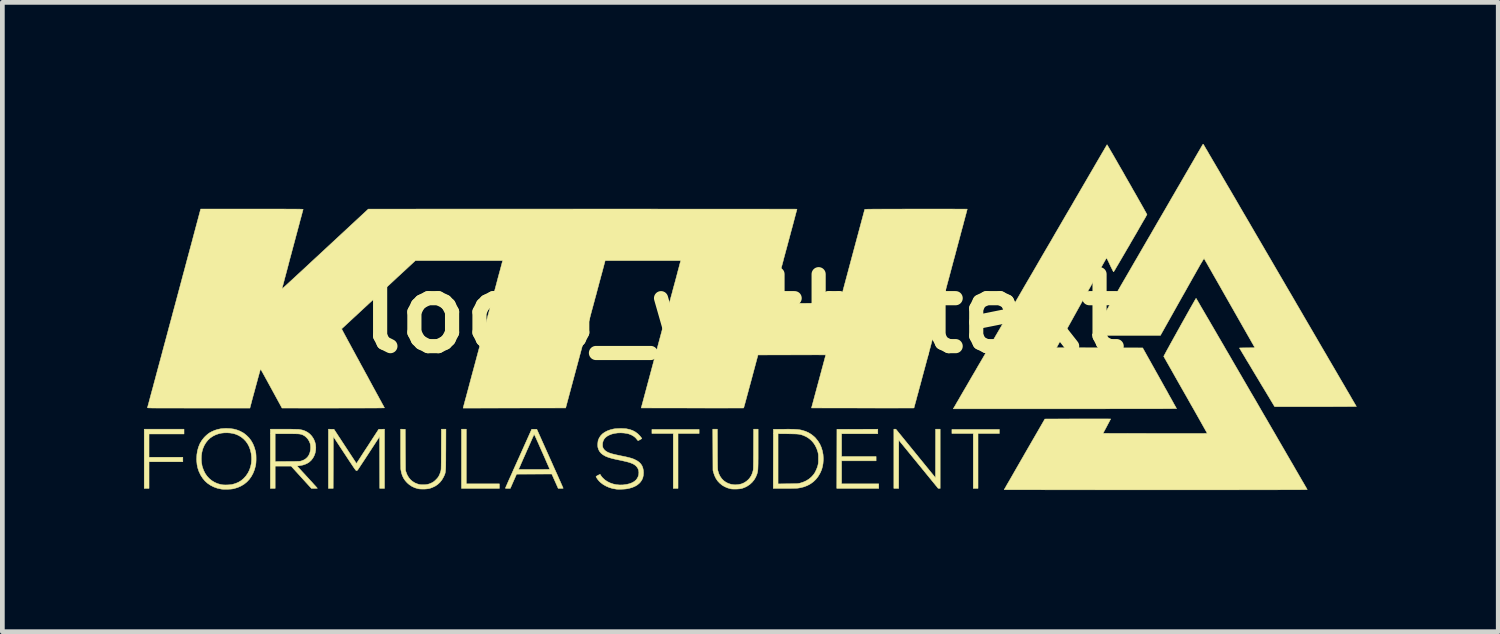
<source format=kicad_pcb>
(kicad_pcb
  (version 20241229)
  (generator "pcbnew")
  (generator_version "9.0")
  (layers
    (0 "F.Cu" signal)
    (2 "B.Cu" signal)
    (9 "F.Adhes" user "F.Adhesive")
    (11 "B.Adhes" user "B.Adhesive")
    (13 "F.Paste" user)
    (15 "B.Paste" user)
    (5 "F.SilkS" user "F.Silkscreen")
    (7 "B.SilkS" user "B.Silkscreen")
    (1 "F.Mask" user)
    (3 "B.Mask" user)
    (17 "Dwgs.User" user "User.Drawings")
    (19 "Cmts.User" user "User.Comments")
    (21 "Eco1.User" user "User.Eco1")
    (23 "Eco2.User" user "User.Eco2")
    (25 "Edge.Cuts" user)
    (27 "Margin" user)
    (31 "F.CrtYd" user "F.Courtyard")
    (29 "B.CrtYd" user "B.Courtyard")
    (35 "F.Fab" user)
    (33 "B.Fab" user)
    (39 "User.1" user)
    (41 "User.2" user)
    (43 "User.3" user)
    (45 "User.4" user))
  (footprint "logo_with_text"
    (layer "F.Cu")
    (at 12.695 3.593)
    (property "Reference" "logo_with_text" (at 0 0 0) (layer "F.SilkS") (effects (font (size 1.524 1.524) (thickness 0.3))))
    (attr through_hole)
    (fp_poly (pts (xy -5.867 3.607) (xy -5.166 3.607) (xy -5.166 3.703) (xy -5.969 3.703) (xy -5.969 2.449) (xy -5.867 2.449) (xy -5.867 3.607)) (stroke (width 0.01) (type solid)) (fill yes) (layer "F.SilkS"))
    (fp_poly (pts (xy -0.935 2.54) (xy -1.382 2.54) (xy -1.382 3.703) (xy -1.483 3.703) (xy -1.483 2.54) (xy -1.935 2.54) (xy -1.935 2.454) (xy -0.935 2.454) (xy -0.935 2.54)) (stroke (width 0.01) (type solid)) (fill yes) (layer "F.SilkS"))
    (fp_poly (pts (xy 5.425 2.54) (xy 4.973 2.54) (xy 4.973 3.703) (xy 4.872 3.703) (xy 4.872 2.54) (xy 4.42 2.54) (xy 4.42 2.454) (xy 5.425 2.454) (xy 5.425 2.54)) (stroke (width 0.01) (type solid)) (fill yes) (layer "F.SilkS"))
    (fp_poly (pts (xy -11.847 2.55) (xy -12.588 2.55) (xy -12.588 3.043) (xy -11.872 3.043) (xy -11.872 3.139) (xy -12.588 3.139) (xy -12.588 3.703) (xy -12.69 3.703) (xy -12.69 2.449) (xy -11.847 2.449) (xy -11.847 2.55)) (stroke (width 0.01) (type solid)) (fill yes) (layer "F.SilkS"))
    (fp_poly (pts (xy 2.85 2.545) (xy 2.083 2.545) (xy 2.083 3.028) (xy 2.814 3.028) (xy 2.814 3.119) (xy 2.083 3.119) (xy 2.083 3.607) (xy 2.87 3.607) (xy 2.87 3.703) (xy 1.981 3.703) (xy 1.984 2.451) (xy 2.85 2.449) (xy 2.85 2.545)) (stroke (width 0.01) (type solid)) (fill yes) (layer "F.SilkS"))
    (fp_poly (pts (xy 4.171 3.704) (xy 4.149 3.702) (xy 4.128 3.701) (xy 3.711 3.19) (xy 3.294 2.68) (xy 3.293 3.192) (xy 3.292 3.703) (xy 3.19 3.703) (xy 3.19 2.449) (xy 3.233 2.449) (xy 4.072 3.479) (xy 4.074 2.449) (xy 4.171 2.449) (xy 4.171 3.704)) (stroke (width 0.01) (type solid)) (fill yes) (layer "F.SilkS"))
    (fp_poly (pts (xy -8.729 2.45) (xy -8.67 2.451) (xy -8.432 2.814) (xy -8.194 3.176) (xy -8.133 3.083) (xy -8.119 3.061) (xy -8.101 3.033) (xy -8.078 2.997) (xy -8.052 2.957) (xy -8.023 2.912) (xy -7.992 2.865) (xy -7.959 2.815) (xy -7.926 2.764) (xy -7.898 2.72) (xy -7.723 2.451) (xy -7.661 2.45) (xy -7.6 2.448) (xy -7.6 3.703) (xy -7.701 3.703) (xy -7.703 3.154) (xy -7.704 2.604) (xy -7.929 2.949) (xy -7.964 3.003) (xy -7.998 3.055) (xy -8.03 3.104) (xy -8.06 3.149) (xy -8.087 3.19) (xy -8.111 3.226) (xy -8.131 3.257) (xy -8.147 3.281) (xy -8.159 3.299) (xy -8.166 3.309) (xy -8.167 3.311) (xy -8.179 3.323) (xy -8.193 3.327) (xy -8.194 3.327) (xy -8.196 3.327) (xy -8.2 3.325) (xy -8.204 3.322) (xy -8.209 3.316) (xy -8.216 3.308) (xy -8.225 3.296) (xy -8.236 3.281) (xy -8.25 3.261) (xy -8.267 3.236) (xy -8.287 3.206) (xy -8.311 3.17) (xy -8.34 3.127) (xy -8.372 3.078) (xy -8.41 3.02) (xy -8.446 2.966) (xy -8.684 2.604) (xy -8.687 3.703) (xy -8.788 3.703) (xy -8.788 2.448) (xy -8.729 2.45)) (stroke (width 0.01) (type solid)) (fill yes) (layer "F.SilkS"))
    (fp_poly (pts (xy -0.547 2.871) (xy -0.547 2.948) (xy -0.547 3.014) (xy -0.546 3.072) (xy -0.546 3.122) (xy -0.545 3.165) (xy -0.545 3.201) (xy -0.544 3.231) (xy -0.544 3.255) (xy -0.543 3.275) (xy -0.542 3.292) (xy -0.541 3.305) (xy -0.54 3.315) (xy -0.538 3.324) (xy -0.537 3.332) (xy -0.536 3.332) (xy -0.517 3.394) (xy -0.49 3.449) (xy -0.456 3.497) (xy -0.415 3.539) (xy -0.367 3.573) (xy -0.315 3.599) (xy -0.257 3.617) (xy -0.195 3.626) (xy -0.165 3.627) (xy -0.102 3.622) (xy -0.042 3.609) (xy 0.014 3.586) (xy 0.064 3.555) (xy 0.109 3.515) (xy 0.11 3.515) (xy 0.142 3.476) (xy 0.168 3.436) (xy 0.188 3.391) (xy 0.204 3.341) (xy 0.206 3.333) (xy 0.208 3.326) (xy 0.21 3.317) (xy 0.211 3.308) (xy 0.212 3.296) (xy 0.213 3.282) (xy 0.214 3.264) (xy 0.214 3.242) (xy 0.215 3.215) (xy 0.215 3.182) (xy 0.216 3.144) (xy 0.216 3.098) (xy 0.216 3.044) (xy 0.217 2.982) (xy 0.217 2.911) (xy 0.217 2.874) (xy 0.219 2.449) (xy 0.315 2.449) (xy 0.315 2.864) (xy 0.315 2.943) (xy 0.315 3.013) (xy 0.315 3.074) (xy 0.314 3.126) (xy 0.314 3.172) (xy 0.313 3.211) (xy 0.312 3.244) (xy 0.311 3.272) (xy 0.31 3.296) (xy 0.308 3.317) (xy 0.306 3.334) (xy 0.303 3.35) (xy 0.3 3.364) (xy 0.297 3.377) (xy 0.293 3.39) (xy 0.289 3.404) (xy 0.263 3.466) (xy 0.229 3.523) (xy 0.187 3.574) (xy 0.138 3.619) (xy 0.081 3.657) (xy 0.05 3.673) (xy 0.015 3.688) (xy -0.017 3.7) (xy -0.05 3.708) (xy -0.086 3.713) (xy -0.127 3.716) (xy -0.155 3.717) (xy -0.196 3.717) (xy -0.228 3.716) (xy -0.253 3.714) (xy -0.269 3.711) (xy -0.335 3.692) (xy -0.395 3.666) (xy -0.45 3.633) (xy -0.5 3.591) (xy -0.502 3.589) (xy -0.544 3.544) (xy -0.578 3.493) (xy -0.606 3.436) (xy -0.628 3.372) (xy -0.629 3.369) (xy -0.642 3.32) (xy -0.644 2.884) (xy -0.646 2.449) (xy -0.549 2.449) (xy -0.547 2.871)) (stroke (width 0.01) (type solid)) (fill yes) (layer "F.SilkS"))
    (fp_poly (pts (xy -9.677 2.449) (xy -9.622 2.449) (xy -9.572 2.449) (xy -9.526 2.45) (xy -9.486 2.451) (xy -9.452 2.452) (xy -9.427 2.452) (xy -9.411 2.453) (xy -9.408 2.454) (xy -9.343 2.466) (xy -9.283 2.487) (xy -9.229 2.515) (xy -9.181 2.552) (xy -9.14 2.596) (xy -9.106 2.647) (xy -9.097 2.664) (xy -9.074 2.72) (xy -9.06 2.778) (xy -9.055 2.837) (xy -9.058 2.896) (xy -9.069 2.953) (xy -9.088 3.007) (xy -9.115 3.058) (xy -9.149 3.103) (xy -9.157 3.111) (xy -9.193 3.144) (xy -9.233 3.17) (xy -9.278 3.191) (xy -9.328 3.208) (xy -9.386 3.219) (xy -9.422 3.225) (xy -9.454 3.228) (xy -9.238 3.462) (xy -9.2 3.503) (xy -9.165 3.542) (xy -9.131 3.578) (xy -9.102 3.611) (xy -9.076 3.639) (xy -9.054 3.663) (xy -9.038 3.681) (xy -9.027 3.694) (xy -9.022 3.699) (xy -9.022 3.7) (xy -9.027 3.701) (xy -9.04 3.702) (xy -9.059 3.703) (xy -9.083 3.703) (xy -9.085 3.703) (xy -9.148 3.703) (xy -9.578 3.231) (xy -9.916 3.231) (xy -9.916 3.703) (xy -10.018 3.703) (xy -10.018 3.135) (xy -9.916 3.135) (xy -9.656 3.133) (xy -9.596 3.133) (xy -9.546 3.132) (xy -9.505 3.132) (xy -9.47 3.131) (xy -9.443 3.13) (xy -9.421 3.13) (xy -9.403 3.129) (xy -9.39 3.127) (xy -9.379 3.126) (xy -9.371 3.124) (xy -9.366 3.123) (xy -9.314 3.103) (xy -9.27 3.077) (xy -9.234 3.044) (xy -9.205 3.004) (xy -9.184 2.957) (xy -9.172 2.911) (xy -9.167 2.876) (xy -9.165 2.837) (xy -9.167 2.799) (xy -9.172 2.764) (xy -9.177 2.747) (xy -9.195 2.703) (xy -9.221 2.661) (xy -9.252 2.625) (xy -9.287 2.595) (xy -9.317 2.577) (xy -9.331 2.57) (xy -9.344 2.564) (xy -9.357 2.56) (xy -9.371 2.556) (xy -9.387 2.553) (xy -9.406 2.55) (xy -9.428 2.548) (xy -9.456 2.547) (xy -9.489 2.546) (xy -9.529 2.546) (xy -9.576 2.545) (xy -9.632 2.545) (xy -9.666 2.545) (xy -9.916 2.545) (xy -9.916 3.135) (xy -10.018 3.135) (xy -10.018 2.449) (xy -9.734 2.449) (xy -9.677 2.449)) (stroke (width 0.01) (type solid)) (fill yes) (layer "F.SilkS"))
    (fp_poly (pts (xy -7.16 2.451) (xy -7.158 2.885) (xy -7.155 3.32) (xy -7.143 3.358) (xy -7.12 3.417) (xy -7.089 3.47) (xy -7.051 3.517) (xy -7.007 3.555) (xy -6.955 3.587) (xy -6.898 3.61) (xy -6.861 3.62) (xy -6.837 3.624) (xy -6.812 3.626) (xy -6.783 3.626) (xy -6.762 3.626) (xy -6.721 3.623) (xy -6.686 3.617) (xy -6.653 3.608) (xy -6.62 3.595) (xy -6.599 3.585) (xy -6.577 3.574) (xy -6.558 3.561) (xy -6.539 3.546) (xy -6.517 3.526) (xy -6.51 3.518) (xy -6.487 3.495) (xy -6.471 3.476) (xy -6.458 3.458) (xy -6.447 3.438) (xy -6.442 3.429) (xy -6.431 3.404) (xy -6.42 3.376) (xy -6.411 3.35) (xy -6.41 3.345) (xy -6.408 3.338) (xy -6.406 3.331) (xy -6.405 3.323) (xy -6.403 3.314) (xy -6.402 3.303) (xy -6.401 3.29) (xy -6.4 3.273) (xy -6.4 3.252) (xy -6.399 3.226) (xy -6.399 3.195) (xy -6.398 3.158) (xy -6.398 3.114) (xy -6.398 3.062) (xy -6.397 3.002) (xy -6.397 2.933) (xy -6.397 2.877) (xy -6.395 2.449) (xy -6.299 2.449) (xy -6.3 2.887) (xy -6.301 2.967) (xy -6.301 3.038) (xy -6.301 3.1) (xy -6.302 3.153) (xy -6.302 3.2) (xy -6.303 3.24) (xy -6.304 3.275) (xy -6.306 3.304) (xy -6.308 3.329) (xy -6.31 3.35) (xy -6.313 3.368) (xy -6.317 3.384) (xy -6.321 3.398) (xy -6.326 3.411) (xy -6.332 3.425) (xy -6.338 3.439) (xy -6.346 3.454) (xy -6.352 3.467) (xy -6.386 3.525) (xy -6.427 3.576) (xy -6.474 3.619) (xy -6.529 3.656) (xy -6.591 3.685) (xy -6.645 3.704) (xy -6.674 3.71) (xy -6.71 3.714) (xy -6.75 3.717) (xy -6.792 3.717) (xy -6.833 3.716) (xy -6.869 3.713) (xy -6.893 3.708) (xy -6.958 3.689) (xy -7.018 3.661) (xy -7.073 3.625) (xy -7.12 3.584) (xy -7.162 3.537) (xy -7.196 3.486) (xy -7.222 3.432) (xy -7.241 3.372) (xy -7.254 3.305) (xy -7.254 3.302) (xy -7.255 3.29) (xy -7.256 3.27) (xy -7.256 3.24) (xy -7.257 3.203) (xy -7.258 3.159) (xy -7.258 3.109) (xy -7.259 3.054) (xy -7.259 2.994) (xy -7.259 2.93) (xy -7.259 2.863) (xy -7.259 2.856) (xy -7.259 2.448) (xy -7.16 2.451)) (stroke (width 0.01) (type solid)) (fill yes) (layer "F.SilkS"))
    (fp_poly (pts (xy 0.98 2.449) (xy 1.031 2.45) (xy 1.074 2.451) (xy 1.112 2.453) (xy 1.145 2.455) (xy 1.174 2.459) (xy 1.201 2.462) (xy 1.225 2.467) (xy 1.245 2.472) (xy 1.318 2.494) (xy 1.383 2.523) (xy 1.443 2.56) (xy 1.498 2.604) (xy 1.533 2.639) (xy 1.581 2.699) (xy 1.622 2.764) (xy 1.653 2.834) (xy 1.676 2.909) (xy 1.691 2.988) (xy 1.696 3.07) (xy 1.695 3.106) (xy 1.69 3.174) (xy 1.679 3.236) (xy 1.663 3.296) (xy 1.639 3.355) (xy 1.622 3.389) (xy 1.583 3.454) (xy 1.537 3.512) (xy 1.484 3.563) (xy 1.424 3.606) (xy 1.358 3.642) (xy 1.286 3.67) (xy 1.209 3.689) (xy 1.156 3.698) (xy 1.139 3.699) (xy 1.114 3.7) (xy 1.08 3.701) (xy 1.04 3.702) (xy 0.992 3.703) (xy 0.94 3.703) (xy 0.884 3.703) (xy 0.872 3.703) (xy 0.635 3.703) (xy 0.635 3.608) (xy 0.737 3.608) (xy 0.946 3.605) (xy 0.999 3.605) (xy 1.042 3.604) (xy 1.078 3.603) (xy 1.107 3.603) (xy 1.13 3.602) (xy 1.149 3.601) (xy 1.164 3.599) (xy 1.177 3.597) (xy 1.189 3.595) (xy 1.199 3.593) (xy 1.268 3.571) (xy 1.333 3.542) (xy 1.392 3.505) (xy 1.444 3.461) (xy 1.489 3.411) (xy 1.503 3.391) (xy 1.521 3.363) (xy 1.538 3.328) (xy 1.555 3.29) (xy 1.57 3.251) (xy 1.579 3.222) (xy 1.583 3.204) (xy 1.587 3.187) (xy 1.589 3.171) (xy 1.591 3.152) (xy 1.592 3.13) (xy 1.592 3.1) (xy 1.592 3.076) (xy 1.592 3.041) (xy 1.592 3.013) (xy 1.591 2.992) (xy 1.589 2.974) (xy 1.586 2.958) (xy 1.582 2.941) (xy 1.581 2.934) (xy 1.557 2.862) (xy 1.526 2.797) (xy 1.488 2.739) (xy 1.443 2.688) (xy 1.391 2.644) (xy 1.334 2.608) (xy 1.27 2.579) (xy 1.262 2.577) (xy 1.243 2.57) (xy 1.225 2.565) (xy 1.207 2.56) (xy 1.189 2.557) (xy 1.17 2.554) (xy 1.147 2.552) (xy 1.12 2.55) (xy 1.088 2.549) (xy 1.049 2.548) (xy 1.002 2.547) (xy 0.947 2.546) (xy 0.946 2.546) (xy 0.737 2.544) (xy 0.737 3.608) (xy 0.635 3.608) (xy 0.638 2.451) (xy 0.853 2.45) (xy 0.921 2.449) (xy 0.98 2.449)) (stroke (width 0.01) (type solid)) (fill yes) (layer "F.SilkS"))
    (fp_poly (pts (xy -4.094 3.073) (xy -4.06 3.148) (xy -4.028 3.221) (xy -3.997 3.29) (xy -3.967 3.356) (xy -3.939 3.418) (xy -3.914 3.475) (xy -3.891 3.527) (xy -3.87 3.573) (xy -3.853 3.613) (xy -3.838 3.646) (xy -3.827 3.671) (xy -3.819 3.689) (xy -3.815 3.698) (xy -3.815 3.699) (xy -3.82 3.701) (xy -3.833 3.702) (xy -3.851 3.703) (xy -3.867 3.703) (xy -3.92 3.703) (xy -3.988 3.551) (xy -4.056 3.398) (xy -4.802 3.401) (xy -4.869 3.552) (xy -4.935 3.703) (xy -4.987 3.703) (xy -5.012 3.703) (xy -5.029 3.702) (xy -5.037 3.7) (xy -5.039 3.697) (xy -5.037 3.692) (xy -5.031 3.678) (xy -5.021 3.655) (xy -5.008 3.626) (xy -4.992 3.589) (xy -4.973 3.545) (xy -4.951 3.496) (xy -4.926 3.441) (xy -4.899 3.381) (xy -4.871 3.317) (xy -4.864 3.302) (xy -4.76 3.302) (xy -4.429 3.302) (xy -4.362 3.302) (xy -4.304 3.302) (xy -4.255 3.302) (xy -4.214 3.301) (xy -4.18 3.301) (xy -4.154 3.301) (xy -4.133 3.3) (xy -4.118 3.299) (xy -4.108 3.298) (xy -4.103 3.297) (xy -4.1 3.296) (xy -4.1 3.295) (xy -4.103 3.29) (xy -4.109 3.275) (xy -4.118 3.253) (xy -4.131 3.224) (xy -4.147 3.188) (xy -4.165 3.147) (xy -4.185 3.101) (xy -4.207 3.05) (xy -4.231 2.996) (xy -4.256 2.939) (xy -4.265 2.92) (xy -4.295 2.852) (xy -4.321 2.793) (xy -4.343 2.742) (xy -4.363 2.699) (xy -4.379 2.663) (xy -4.392 2.633) (xy -4.403 2.61) (xy -4.412 2.592) (xy -4.419 2.578) (xy -4.424 2.569) (xy -4.428 2.564) (xy -4.431 2.561) (xy -4.433 2.562) (xy -4.433 2.562) (xy -4.436 2.568) (xy -4.442 2.582) (xy -4.452 2.604) (xy -4.465 2.633) (xy -4.48 2.667) (xy -4.497 2.706) (xy -4.516 2.749) (xy -4.537 2.796) (xy -4.558 2.844) (xy -4.581 2.894) (xy -4.603 2.945) (xy -4.625 2.995) (xy -4.647 3.044) (xy -4.668 3.091) (xy -4.687 3.135) (xy -4.705 3.175) (xy -4.72 3.211) (xy -4.733 3.241) (xy -4.744 3.264) (xy -4.751 3.28) (xy -4.753 3.285) (xy -4.76 3.302) (xy -4.864 3.302) (xy -4.84 3.248) (xy -4.808 3.177) (xy -4.775 3.103) (xy -4.76 3.071) (xy -4.482 2.451) (xy -4.373 2.451) (xy -4.094 3.073)) (stroke (width 0.01) (type solid)) (fill yes) (layer "F.SilkS"))
    (fp_poly (pts (xy -10.868 2.436) (xy -10.793 2.446) (xy -10.724 2.465) (xy -10.658 2.491) (xy -10.596 2.525) (xy -10.582 2.533) (xy -10.524 2.579) (xy -10.471 2.631) (xy -10.426 2.691) (xy -10.388 2.757) (xy -10.358 2.83) (xy -10.335 2.909) (xy -10.329 2.934) (xy -10.324 2.968) (xy -10.321 3.01) (xy -10.32 3.056) (xy -10.32 3.103) (xy -10.322 3.149) (xy -10.326 3.19) (xy -10.332 3.224) (xy -10.354 3.306) (xy -10.384 3.382) (xy -10.421 3.45) (xy -10.465 3.512) (xy -10.516 3.566) (xy -10.574 3.613) (xy -10.639 3.652) (xy -10.71 3.684) (xy -10.788 3.707) (xy -10.795 3.709) (xy -10.822 3.714) (xy -10.856 3.718) (xy -10.895 3.72) (xy -10.936 3.722) (xy -10.976 3.722) (xy -11.014 3.721) (xy -11.047 3.719) (xy -11.064 3.716) (xy -11.145 3.698) (xy -11.219 3.671) (xy -11.287 3.636) (xy -11.349 3.594) (xy -11.404 3.544) (xy -11.452 3.486) (xy -11.494 3.421) (xy -11.501 3.407) (xy -11.533 3.339) (xy -11.556 3.27) (xy -11.571 3.198) (xy -11.578 3.122) (xy -11.579 3.082) (xy -11.481 3.082) (xy -11.476 3.155) (xy -11.464 3.226) (xy -11.457 3.251) (xy -11.432 3.321) (xy -11.4 3.385) (xy -11.36 3.443) (xy -11.313 3.494) (xy -11.259 3.538) (xy -11.2 3.574) (xy -11.136 3.602) (xy -11.067 3.621) (xy -11.031 3.627) (xy -11.002 3.629) (xy -10.966 3.63) (xy -10.927 3.629) (xy -10.888 3.627) (xy -10.853 3.624) (xy -10.829 3.62) (xy -10.758 3.6) (xy -10.694 3.573) (xy -10.636 3.538) (xy -10.584 3.494) (xy -10.535 3.44) (xy -10.494 3.38) (xy -10.461 3.315) (xy -10.437 3.245) (xy -10.421 3.171) (xy -10.415 3.094) (xy -10.416 3.043) (xy -10.424 2.965) (xy -10.441 2.892) (xy -10.465 2.824) (xy -10.497 2.762) (xy -10.537 2.705) (xy -10.584 2.656) (xy -10.637 2.613) (xy -10.697 2.578) (xy -10.761 2.552) (xy -10.813 2.538) (xy -10.871 2.529) (xy -10.932 2.525) (xy -10.994 2.526) (xy -11.053 2.532) (xy -11.102 2.542) (xy -11.171 2.565) (xy -11.234 2.596) (xy -11.291 2.634) (xy -11.34 2.68) (xy -11.383 2.734) (xy -11.419 2.794) (xy -11.448 2.862) (xy -11.45 2.869) (xy -11.468 2.936) (xy -11.478 3.008) (xy -11.481 3.082) (xy -11.579 3.082) (xy -11.579 3.076) (xy -11.575 2.989) (xy -11.562 2.907) (xy -11.541 2.831) (xy -11.512 2.759) (xy -11.474 2.694) (xy -11.429 2.635) (xy -11.401 2.605) (xy -11.368 2.574) (xy -11.338 2.549) (xy -11.307 2.527) (xy -11.273 2.508) (xy -11.262 2.502) (xy -11.199 2.474) (xy -11.133 2.453) (xy -11.064 2.439) (xy -10.989 2.433) (xy -10.95 2.432) (xy -10.868 2.436)) (stroke (width 0.01) (type solid)) (fill yes) (layer "F.SilkS"))
    (fp_poly (pts (xy -2.531 2.436) (xy -2.495 2.438) (xy -2.476 2.44) (xy -2.406 2.455) (xy -2.343 2.477) (xy -2.287 2.507) (xy -2.236 2.545) (xy -2.19 2.591) (xy -2.159 2.63) (xy -2.153 2.641) (xy -2.149 2.648) (xy -2.15 2.649) (xy -2.159 2.654) (xy -2.173 2.663) (xy -2.189 2.672) (xy -2.206 2.681) (xy -2.219 2.688) (xy -2.227 2.692) (xy -2.228 2.692) (xy -2.233 2.688) (xy -2.242 2.678) (xy -2.253 2.664) (xy -2.253 2.664) (xy -2.284 2.628) (xy -2.323 2.597) (xy -2.369 2.571) (xy -2.419 2.551) (xy -2.459 2.54) (xy -2.526 2.53) (xy -2.593 2.526) (xy -2.66 2.528) (xy -2.724 2.537) (xy -2.783 2.551) (xy -2.837 2.572) (xy -2.879 2.594) (xy -2.917 2.623) (xy -2.947 2.657) (xy -2.967 2.696) (xy -2.979 2.739) (xy -2.981 2.764) (xy -2.981 2.801) (xy -2.976 2.831) (xy -2.965 2.856) (xy -2.947 2.88) (xy -2.942 2.886) (xy -2.926 2.902) (xy -2.907 2.916) (xy -2.886 2.929) (xy -2.862 2.942) (xy -2.833 2.953) (xy -2.798 2.965) (xy -2.758 2.976) (xy -2.709 2.988) (xy -2.653 3) (xy -2.593 3.013) (xy -2.537 3.024) (xy -2.49 3.034) (xy -2.45 3.043) (xy -2.416 3.052) (xy -2.386 3.06) (xy -2.361 3.067) (xy -2.338 3.076) (xy -2.315 3.084) (xy -2.306 3.089) (xy -2.252 3.116) (xy -2.208 3.147) (xy -2.172 3.183) (xy -2.145 3.224) (xy -2.127 3.27) (xy -2.116 3.322) (xy -2.113 3.371) (xy -2.117 3.427) (xy -2.128 3.477) (xy -2.147 3.522) (xy -2.174 3.563) (xy -2.202 3.594) (xy -2.244 3.629) (xy -2.295 3.659) (xy -2.354 3.684) (xy -2.421 3.703) (xy -2.461 3.711) (xy -2.491 3.715) (xy -2.528 3.718) (xy -2.568 3.72) (xy -2.609 3.721) (xy -2.647 3.721) (xy -2.679 3.72) (xy -2.693 3.718) (xy -2.768 3.705) (xy -2.839 3.684) (xy -2.906 3.655) (xy -2.966 3.621) (xy -3.02 3.58) (xy -3.052 3.55) (xy -3.066 3.533) (xy -3.081 3.515) (xy -3.095 3.495) (xy -3.107 3.477) (xy -3.115 3.462) (xy -3.119 3.453) (xy -3.119 3.452) (xy -3.115 3.448) (xy -3.103 3.44) (xy -3.087 3.431) (xy -3.076 3.425) (xy -3.033 3.404) (xy -3.02 3.427) (xy -3.01 3.441) (xy -2.996 3.46) (xy -2.98 3.478) (xy -2.978 3.48) (xy -2.933 3.522) (xy -2.88 3.558) (xy -2.821 3.587) (xy -2.757 3.609) (xy -2.689 3.624) (xy -2.619 3.63) (xy -2.547 3.629) (xy -2.54 3.628) (xy -2.469 3.618) (xy -2.407 3.603) (xy -2.353 3.582) (xy -2.308 3.556) (xy -2.272 3.525) (xy -2.244 3.488) (xy -2.224 3.445) (xy -2.214 3.406) (xy -2.212 3.359) (xy -2.218 3.316) (xy -2.234 3.277) (xy -2.259 3.241) (xy -2.273 3.227) (xy -2.293 3.21) (xy -2.315 3.195) (xy -2.34 3.181) (xy -2.37 3.169) (xy -2.404 3.156) (xy -2.445 3.144) (xy -2.493 3.132) (xy -2.549 3.119) (xy -2.613 3.105) (xy -2.618 3.104) (xy -2.677 3.092) (xy -2.727 3.081) (xy -2.769 3.071) (xy -2.805 3.061) (xy -2.837 3.052) (xy -2.864 3.043) (xy -2.889 3.033) (xy -2.913 3.023) (xy -2.924 3.018) (xy -2.972 2.99) (xy -3.012 2.958) (xy -3.043 2.921) (xy -3.065 2.88) (xy -3.079 2.836) (xy -3.082 2.813) (xy -3.083 2.783) (xy -3.082 2.751) (xy -3.079 2.72) (xy -3.075 2.693) (xy -3.072 2.682) (xy -3.051 2.633) (xy -3.022 2.589) (xy -2.985 2.55) (xy -2.939 2.516) (xy -2.885 2.487) (xy -2.821 2.463) (xy -2.756 2.446) (xy -2.729 2.441) (xy -2.695 2.438) (xy -2.655 2.436) (xy -2.613 2.434) (xy -2.571 2.434) (xy -2.531 2.436)) (stroke (width 0.01) (type solid)) (fill yes) (layer "F.SilkS"))
    (fp_poly (pts (xy 7.709 -3.574) (xy 7.716 -3.562) (xy 7.728 -3.542) (xy 7.744 -3.515) (xy 7.764 -3.481) (xy 7.787 -3.441) (xy 7.814 -3.396) (xy 7.843 -3.346) (xy 7.874 -3.291) (xy 7.908 -3.233) (xy 7.943 -3.171) (xy 7.98 -3.107) (xy 8.019 -3.04) (xy 8.058 -2.972) (xy 8.097 -2.902) (xy 8.137 -2.832) (xy 8.177 -2.763) (xy 8.217 -2.693) (xy 8.255 -2.625) (xy 8.293 -2.559) (xy 8.33 -2.495) (xy 8.364 -2.434) (xy 8.397 -2.376) (xy 8.428 -2.322) (xy 8.456 -2.272) (xy 8.481 -2.228) (xy 8.502 -2.189) (xy 8.521 -2.156) (xy 8.535 -2.13) (xy 8.545 -2.112) (xy 8.551 -2.101) (xy 8.552 -2.098) (xy 8.549 -2.093) (xy 8.542 -2.08) (xy 8.53 -2.059) (xy 8.515 -2.031) (xy 8.495 -1.997) (xy 8.472 -1.958) (xy 8.446 -1.913) (xy 8.418 -1.864) (xy 8.387 -1.811) (xy 8.355 -1.754) (xy 8.321 -1.695) (xy 8.285 -1.634) (xy 8.249 -1.572) (xy 8.212 -1.509) (xy 8.176 -1.445) (xy 8.139 -1.383) (xy 8.103 -1.321) (xy 8.068 -1.261) (xy 8.034 -1.203) (xy 8.002 -1.148) (xy 7.972 -1.097) (xy 7.944 -1.049) (xy 7.919 -1.007) (xy 7.897 -0.97) (xy 7.879 -0.938) (xy 7.864 -0.914) (xy 7.854 -0.897) (xy 7.848 -0.887) (xy 7.847 -0.885) (xy 7.844 -0.886) (xy 7.839 -0.892) (xy 7.832 -0.904) (xy 7.822 -0.923) (xy 7.809 -0.949) (xy 7.792 -0.983) (xy 7.772 -1.025) (xy 7.77 -1.029) (xy 7.753 -1.066) (xy 7.737 -1.099) (xy 7.723 -1.128) (xy 7.711 -1.152) (xy 7.703 -1.169) (xy 7.697 -1.179) (xy 7.696 -1.181) (xy 7.693 -1.177) (xy 7.686 -1.164) (xy 7.674 -1.143) (xy 7.658 -1.115) (xy 7.638 -1.079) (xy 7.614 -1.037) (xy 7.587 -0.988) (xy 7.556 -0.933) (xy 7.522 -0.872) (xy 7.485 -0.806) (xy 7.446 -0.735) (xy 7.404 -0.66) (xy 7.36 -0.581) (xy 7.313 -0.498) (xy 7.266 -0.412) (xy 7.216 -0.323) (xy 7.165 -0.232) (xy 7.164 -0.229) (xy 6.635 0.724) (xy 7.548 0.725) (xy 8.461 0.727) (xy 8.819 1.367) (xy 8.861 1.442) (xy 8.901 1.514) (xy 8.94 1.584) (xy 8.977 1.649) (xy 9.011 1.712) (xy 9.043 1.769) (xy 9.073 1.822) (xy 9.099 1.869) (xy 9.122 1.911) (xy 9.142 1.946) (xy 9.158 1.974) (xy 9.169 1.995) (xy 9.176 2.008) (xy 9.179 2.012) (xy 9.174 2.013) (xy 9.159 2.013) (xy 9.135 2.013) (xy 9.101 2.013) (xy 9.058 2.014) (xy 9.006 2.014) (xy 8.946 2.014) (xy 8.877 2.015) (xy 8.8 2.015) (xy 8.715 2.015) (xy 8.623 2.015) (xy 8.524 2.015) (xy 8.417 2.016) (xy 8.304 2.016) (xy 8.184 2.016) (xy 8.058 2.016) (xy 7.926 2.016) (xy 7.788 2.016) (xy 7.644 2.017) (xy 7.496 2.017) (xy 7.342 2.017) (xy 7.184 2.017) (xy 7.022 2.017) (xy 6.855 2.017) (xy 6.815 2.017) (xy 4.449 2.017) (xy 4.464 1.99) (xy 4.469 1.982) (xy 4.478 1.966) (xy 4.493 1.941) (xy 4.511 1.909) (xy 4.534 1.869) (xy 4.562 1.822) (xy 4.593 1.768) (xy 4.628 1.707) (xy 4.667 1.64) (xy 4.71 1.567) (xy 4.756 1.488) (xy 4.805 1.403) (xy 4.857 1.313) (xy 4.913 1.219) (xy 4.97 1.119) (xy 5.031 1.016) (xy 5.094 0.908) (xy 5.159 0.796) (xy 5.226 0.681) (xy 5.295 0.562) (xy 5.365 0.441) (xy 5.438 0.317) (xy 5.511 0.19) (xy 5.586 0.061) (xy 5.662 -0.069) (xy 5.739 -0.201) (xy 5.817 -0.334) (xy 5.895 -0.469) (xy 5.973 -0.604) (xy 6.052 -0.739) (xy 6.131 -0.874) (xy 6.21 -1.01) (xy 6.288 -1.145) (xy 6.366 -1.279) (xy 6.444 -1.412) (xy 6.521 -1.543) (xy 6.596 -1.674) (xy 6.671 -1.802) (xy 6.744 -1.928) (xy 6.816 -2.052) (xy 6.887 -2.173) (xy 6.956 -2.29) (xy 7.022 -2.405) (xy 7.087 -2.516) (xy 7.149 -2.623) (xy 7.209 -2.726) (xy 7.267 -2.825) (xy 7.321 -2.918) (xy 7.373 -3.007) (xy 7.422 -3.091) (xy 7.467 -3.169) (xy 7.509 -3.241) (xy 7.547 -3.306) (xy 7.582 -3.366) (xy 7.613 -3.419) (xy 7.64 -3.464) (xy 7.662 -3.503) (xy 7.68 -3.533) (xy 7.693 -3.556) (xy 7.702 -3.571) (xy 7.706 -3.578) (xy 7.706 -3.578) (xy 7.709 -3.574)) (stroke (width 0.01) (type solid)) (fill yes) (layer "F.SilkS"))
    (fp_poly (pts (xy 9.745 -3.586) (xy 9.746 -3.586) (xy 9.749 -3.581) (xy 9.757 -3.568) (xy 9.77 -3.546) (xy 9.787 -3.516) (xy 9.809 -3.479) (xy 9.836 -3.434) (xy 9.866 -3.381) (xy 9.901 -3.322) (xy 9.94 -3.255) (xy 9.983 -3.182) (xy 10.03 -3.102) (xy 10.08 -3.017) (xy 10.133 -2.925) (xy 10.19 -2.827) (xy 10.25 -2.724) (xy 10.314 -2.616) (xy 10.38 -2.503) (xy 10.449 -2.385) (xy 10.52 -2.262) (xy 10.594 -2.135) (xy 10.671 -2.004) (xy 10.75 -1.869) (xy 10.83 -1.731) (xy 10.913 -1.589) (xy 10.998 -1.444) (xy 11.084 -1.296) (xy 11.172 -1.146) (xy 11.261 -0.993) (xy 11.352 -0.837) (xy 11.369 -0.808) (xy 11.46 -0.652) (xy 11.549 -0.499) (xy 11.638 -0.348) (xy 11.724 -0.199) (xy 11.809 -0.054) (xy 11.892 0.089) (xy 11.973 0.228) (xy 12.052 0.363) (xy 12.129 0.495) (xy 12.203 0.623) (xy 12.275 0.746) (xy 12.345 0.865) (xy 12.411 0.979) (xy 12.475 1.088) (xy 12.536 1.192) (xy 12.593 1.29) (xy 12.647 1.383) (xy 12.698 1.47) (xy 12.745 1.55) (xy 12.788 1.625) (xy 12.828 1.692) (xy 12.863 1.753) (xy 12.894 1.807) (xy 12.921 1.853) (xy 12.944 1.892) (xy 12.962 1.923) (xy 12.976 1.946) (xy 12.984 1.961) (xy 12.988 1.967) (xy 12.988 1.967) (xy 12.983 1.968) (xy 12.969 1.968) (xy 12.945 1.968) (xy 12.913 1.969) (xy 12.873 1.969) (xy 12.825 1.969) (xy 12.77 1.97) (xy 12.709 1.97) (xy 12.642 1.97) (xy 12.569 1.97) (xy 12.491 1.971) (xy 12.409 1.971) (xy 12.323 1.971) (xy 12.233 1.971) (xy 12.141 1.971) (xy 12.124 1.971) (xy 11.258 1.971) (xy 11.25 1.96) (xy 11.246 1.953) (xy 11.237 1.939) (xy 11.224 1.917) (xy 11.207 1.889) (xy 11.186 1.854) (xy 11.162 1.814) (xy 11.135 1.768) (xy 11.105 1.719) (xy 11.073 1.665) (xy 11.039 1.609) (xy 11.003 1.55) (xy 10.966 1.489) (xy 10.929 1.426) (xy 10.891 1.363) (xy 10.853 1.3) (xy 10.815 1.237) (xy 10.778 1.175) (xy 10.742 1.114) (xy 10.707 1.056) (xy 10.673 1.001) (xy 10.642 0.949) (xy 10.614 0.901) (xy 10.588 0.858) (xy 10.565 0.82) (xy 10.546 0.787) (xy 10.53 0.761) (xy 10.519 0.743) (xy 10.512 0.731) (xy 10.511 0.728) (xy 10.515 0.728) (xy 10.529 0.727) (xy 10.551 0.727) (xy 10.579 0.726) (xy 10.613 0.726) (xy 10.65 0.725) (xy 10.675 0.725) (xy 10.839 0.724) (xy 10.304 -0.216) (xy 10.253 -0.306) (xy 10.202 -0.395) (xy 10.154 -0.48) (xy 10.107 -0.563) (xy 10.062 -0.642) (xy 10.019 -0.717) (xy 9.979 -0.787) (xy 9.941 -0.853) (xy 9.907 -0.914) (xy 9.875 -0.969) (xy 9.847 -1.018) (xy 9.823 -1.061) (xy 9.802 -1.097) (xy 9.785 -1.126) (xy 9.773 -1.147) (xy 9.766 -1.16) (xy 9.763 -1.165) (xy 9.762 -1.165) (xy 9.76 -1.164) (xy 9.757 -1.16) (xy 9.752 -1.155) (xy 9.746 -1.146) (xy 9.739 -1.134) (xy 9.729 -1.119) (xy 9.718 -1.099) (xy 9.704 -1.076) (xy 9.687 -1.048) (xy 9.668 -1.015) (xy 9.646 -0.976) (xy 9.621 -0.932) (xy 9.593 -0.882) (xy 9.561 -0.825) (xy 9.525 -0.762) (xy 9.485 -0.691) (xy 9.441 -0.613) (xy 9.393 -0.527) (xy 9.34 -0.433) (xy 9.296 -0.356) (xy 8.837 0.462) (xy 8.113 0.462) (xy 8.011 0.462) (xy 7.918 0.462) (xy 7.835 0.462) (xy 7.76 0.462) (xy 7.694 0.462) (xy 7.636 0.462) (xy 7.585 0.461) (xy 7.541 0.461) (xy 7.504 0.461) (xy 7.473 0.46) (xy 7.448 0.46) (xy 7.428 0.459) (xy 7.413 0.459) (xy 7.403 0.458) (xy 7.396 0.457) (xy 7.393 0.456) (xy 7.393 0.456) (xy 7.396 0.451) (xy 7.403 0.438) (xy 7.416 0.416) (xy 7.433 0.386) (xy 7.454 0.349) (xy 7.48 0.305) (xy 7.51 0.253) (xy 7.544 0.194) (xy 7.581 0.129) (xy 7.623 0.058) (xy 7.668 -0.019) (xy 7.716 -0.103) (xy 7.767 -0.191) (xy 7.822 -0.285) (xy 7.879 -0.384) (xy 7.939 -0.487) (xy 8.001 -0.595) (xy 8.066 -0.707) (xy 8.133 -0.822) (xy 8.202 -0.941) (xy 8.273 -1.064) (xy 8.346 -1.189) (xy 8.42 -1.317) (xy 8.496 -1.448) (xy 8.555 -1.55) (xy 8.632 -1.682) (xy 8.707 -1.812) (xy 8.781 -1.94) (xy 8.854 -2.065) (xy 8.925 -2.187) (xy 8.994 -2.306) (xy 9.06 -2.421) (xy 9.125 -2.532) (xy 9.187 -2.64) (xy 9.247 -2.742) (xy 9.304 -2.841) (xy 9.358 -2.934) (xy 9.409 -3.022) (xy 9.457 -3.105) (xy 9.502 -3.182) (xy 9.543 -3.252) (xy 9.58 -3.317) (xy 9.614 -3.375) (xy 9.643 -3.426) (xy 9.669 -3.469) (xy 9.69 -3.506) (xy 9.706 -3.534) (xy 9.718 -3.555) (xy 9.725 -3.567) (xy 9.727 -3.57) (xy 9.735 -3.583) (xy 9.741 -3.588) (xy 9.745 -3.586)) (stroke (width 0.01) (type solid)) (fill yes) (layer "F.SilkS"))
    (fp_poly (pts (xy 9.595 -0.319) (xy 9.603 -0.306) (xy 9.615 -0.286) (xy 9.632 -0.257) (xy 9.653 -0.221) (xy 9.678 -0.177) (xy 9.707 -0.127) (xy 9.74 -0.071) (xy 9.777 -0.008) (xy 9.817 0.061) (xy 9.86 0.134) (xy 9.906 0.213) (xy 9.955 0.297) (xy 10.006 0.385) (xy 10.06 0.478) (xy 10.116 0.574) (xy 10.174 0.673) (xy 10.233 0.776) (xy 10.295 0.881) (xy 10.357 0.989) (xy 10.421 1.099) (xy 10.486 1.211) (xy 10.552 1.324) (xy 10.618 1.438) (xy 10.685 1.553) (xy 10.752 1.669) (xy 10.82 1.784) (xy 10.887 1.899) (xy 10.953 2.014) (xy 11.019 2.128) (xy 11.085 2.24) (xy 11.149 2.351) (xy 11.213 2.461) (xy 11.275 2.567) (xy 11.335 2.672) (xy 11.394 2.773) (xy 11.451 2.871) (xy 11.506 2.966) (xy 11.558 3.056) (xy 11.608 3.142) (xy 11.656 3.224) (xy 11.7 3.301) (xy 11.742 3.373) (xy 11.78 3.439) (xy 11.815 3.499) (xy 11.846 3.553) (xy 11.874 3.6) (xy 11.897 3.64) (xy 11.916 3.673) (xy 11.931 3.699) (xy 11.941 3.716) (xy 11.946 3.725) (xy 11.947 3.727) (xy 11.946 3.727) (xy 11.942 3.728) (xy 11.936 3.728) (xy 11.927 3.729) (xy 11.915 3.729) (xy 11.9 3.729) (xy 11.881 3.73) (xy 11.859 3.73) (xy 11.832 3.73) (xy 11.801 3.731) (xy 11.766 3.731) (xy 11.726 3.731) (xy 11.682 3.731) (xy 11.632 3.732) (xy 11.577 3.732) (xy 11.517 3.732) (xy 11.451 3.732) (xy 11.379 3.732) (xy 11.3 3.733) (xy 11.216 3.733) (xy 11.125 3.733) (xy 11.027 3.733) (xy 10.922 3.733) (xy 10.81 3.733) (xy 10.69 3.733) (xy 10.563 3.733) (xy 10.427 3.734) (xy 10.284 3.734) (xy 10.132 3.734) (xy 9.972 3.734) (xy 9.803 3.734) (xy 9.625 3.734) (xy 9.438 3.734) (xy 9.241 3.734) (xy 9.035 3.734) (xy 8.819 3.734) (xy 8.738 3.734) (xy 8.558 3.734) (xy 8.38 3.734) (xy 8.205 3.734) (xy 8.034 3.734) (xy 7.865 3.734) (xy 7.7 3.734) (xy 7.539 3.734) (xy 7.383 3.733) (xy 7.23 3.733) (xy 7.082 3.733) (xy 6.94 3.733) (xy 6.802 3.733) (xy 6.67 3.733) (xy 6.544 3.733) (xy 6.424 3.733) (xy 6.31 3.732) (xy 6.203 3.732) (xy 6.102 3.732) (xy 6.009 3.732) (xy 5.923 3.732) (xy 5.845 3.732) (xy 5.775 3.731) (xy 5.712 3.731) (xy 5.659 3.731) (xy 5.614 3.731) (xy 5.578 3.731) (xy 5.552 3.73) (xy 5.535 3.73) (xy 5.528 3.73) (xy 5.527 3.73) (xy 5.53 3.725) (xy 5.537 3.712) (xy 5.549 3.691) (xy 5.565 3.663) (xy 5.585 3.627) (xy 5.609 3.586) (xy 5.637 3.538) (xy 5.668 3.484) (xy 5.702 3.425) (xy 5.738 3.362) (xy 5.777 3.294) (xy 5.818 3.223) (xy 5.861 3.148) (xy 5.906 3.07) (xy 5.952 2.99) (xy 5.958 2.979) (xy 6.389 2.233) (xy 7.086 2.231) (xy 7.169 2.231) (xy 7.249 2.231) (xy 7.326 2.231) (xy 7.399 2.231) (xy 7.468 2.231) (xy 7.531 2.231) (xy 7.589 2.231) (xy 7.64 2.231) (xy 7.684 2.231) (xy 7.721 2.231) (xy 7.75 2.232) (xy 7.77 2.232) (xy 7.781 2.232) (xy 7.783 2.232) (xy 7.78 2.237) (xy 7.774 2.25) (xy 7.763 2.269) (xy 7.75 2.295) (xy 7.734 2.325) (xy 7.716 2.359) (xy 7.702 2.386) (xy 7.621 2.537) (xy 8.723 2.539) (xy 8.829 2.539) (xy 8.931 2.539) (xy 9.03 2.539) (xy 9.126 2.539) (xy 9.217 2.539) (xy 9.304 2.539) (xy 9.386 2.539) (xy 9.463 2.539) (xy 9.533 2.539) (xy 9.598 2.539) (xy 9.655 2.539) (xy 9.705 2.539) (xy 9.747 2.539) (xy 9.781 2.538) (xy 9.806 2.538) (xy 9.822 2.538) (xy 9.828 2.538) (xy 9.828 2.538) (xy 9.826 2.533) (xy 9.819 2.52) (xy 9.808 2.5) (xy 9.792 2.471) (xy 9.772 2.436) (xy 9.748 2.393) (xy 9.721 2.345) (xy 9.691 2.291) (xy 9.657 2.231) (xy 9.621 2.167) (xy 9.582 2.098) (xy 9.541 2.025) (xy 9.497 1.949) (xy 9.452 1.869) (xy 9.406 1.787) (xy 9.37 1.724) (xy 9.322 1.64) (xy 9.276 1.559) (xy 9.231 1.48) (xy 9.188 1.404) (xy 9.147 1.332) (xy 9.109 1.264) (xy 9.073 1.2) (xy 9.04 1.142) (xy 9.01 1.089) (xy 8.983 1.042) (xy 8.96 1.001) (xy 8.941 0.967) (xy 8.925 0.94) (xy 8.915 0.92) (xy 8.908 0.909) (xy 8.907 0.906) (xy 8.909 0.901) (xy 8.916 0.888) (xy 8.927 0.867) (xy 8.942 0.839) (xy 8.96 0.805) (xy 8.982 0.765) (xy 9.007 0.72) (xy 9.034 0.67) (xy 9.064 0.616) (xy 9.095 0.56) (xy 9.128 0.5) (xy 9.162 0.439) (xy 9.197 0.376) (xy 9.233 0.312) (xy 9.268 0.248) (xy 9.304 0.184) (xy 9.339 0.122) (xy 9.373 0.061) (xy 9.406 0.002) (xy 9.437 -0.053) (xy 9.466 -0.106) (xy 9.494 -0.154) (xy 9.518 -0.197) (xy 9.54 -0.235) (xy 9.558 -0.267) (xy 9.573 -0.293) (xy 9.584 -0.311) (xy 9.59 -0.321) (xy 9.592 -0.324) (xy 9.595 -0.319)) (stroke (width 0.01) (type solid)) (fill yes) (layer "F.SilkS"))
    (fp_poly (pts (xy -10.284 -2.215) (xy -10.17 -2.215) (xy -10.065 -2.215) (xy -9.969 -2.215) (xy -9.882 -2.215) (xy -9.803 -2.215) (xy -9.732 -2.215) (xy -9.668 -2.214) (xy -9.611 -2.214) (xy -9.561 -2.214) (xy -9.517 -2.214) (xy -9.478 -2.214) (xy -9.445 -2.213) (xy -9.417 -2.213) (xy -9.394 -2.213) (xy -9.375 -2.212) (xy -9.359 -2.212) (xy -9.347 -2.211) (xy -9.338 -2.21) (xy -9.332 -2.21) (xy -9.327 -2.209) (xy -9.325 -2.208) (xy -9.324 -2.207) (xy -9.324 -2.206) (xy -9.324 -2.206) (xy -9.326 -2.196) (xy -9.332 -2.178) (xy -9.339 -2.151) (xy -9.348 -2.117) (xy -9.359 -2.075) (xy -9.372 -2.028) (xy -9.387 -1.974) (xy -9.402 -1.915) (xy -9.419 -1.851) (xy -9.437 -1.784) (xy -9.456 -1.713) (xy -9.476 -1.639) (xy -9.496 -1.563) (xy -9.517 -1.485) (xy -9.538 -1.407) (xy -9.559 -1.328) (xy -9.58 -1.249) (xy -9.601 -1.172) (xy -9.621 -1.096) (xy -9.64 -1.022) (xy -9.659 -0.95) (xy -9.677 -0.882) (xy -9.694 -0.818) (xy -9.71 -0.759) (xy -9.724 -0.705) (xy -9.737 -0.656) (xy -9.748 -0.614) (xy -9.758 -0.579) (xy -9.765 -0.552) (xy -9.77 -0.532) (xy -9.772 -0.522) (xy -9.773 -0.52) (xy -9.769 -0.524) (xy -9.758 -0.533) (xy -9.74 -0.55) (xy -9.716 -0.572) (xy -9.685 -0.6) (xy -9.649 -0.633) (xy -9.607 -0.672) (xy -9.56 -0.715) (xy -9.508 -0.763) (xy -9.452 -0.815) (xy -9.391 -0.871) (xy -9.326 -0.931) (xy -9.258 -0.994) (xy -9.186 -1.061) (xy -9.112 -1.13) (xy -9.035 -1.201) (xy -8.955 -1.275) (xy -8.873 -1.351) (xy -8.857 -1.366) (xy -7.943 -2.214) (xy -3.402 -2.215) (xy -3.188 -2.215) (xy -2.976 -2.215) (xy -2.767 -2.215) (xy -2.56 -2.215) (xy -2.357 -2.215) (xy -2.157 -2.215) (xy -1.961 -2.215) (xy -1.769 -2.214) (xy -1.58 -2.214) (xy -1.396 -2.214) (xy -1.217 -2.214) (xy -1.042 -2.214) (xy -0.873 -2.214) (xy -0.708 -2.214) (xy -0.549 -2.214) (xy -0.396 -2.214) (xy -0.248 -2.214) (xy -0.107 -2.214) (xy 0.028 -2.214) (xy 0.156 -2.214) (xy 0.278 -2.214) (xy 0.392 -2.214) (xy 0.5 -2.214) (xy 0.599 -2.213) (xy 0.691 -2.213) (xy 0.776 -2.213) (xy 0.851 -2.213) (xy 0.919 -2.213) (xy 0.978 -2.213) (xy 1.028 -2.213) (xy 1.069 -2.213) (xy 1.101 -2.213) (xy 1.123 -2.212) (xy 1.135 -2.212) (xy 1.138 -2.212) (xy 1.137 -2.207) (xy 1.133 -2.193) (xy 1.127 -2.17) (xy 1.118 -2.138) (xy 1.108 -2.1) (xy 1.096 -2.054) (xy 1.082 -2.002) (xy 1.067 -1.944) (xy 1.05 -1.881) (xy 1.032 -1.813) (xy 1.012 -1.74) (xy 0.992 -1.665) (xy 0.971 -1.586) (xy 0.949 -1.504) (xy 0.927 -1.421) (xy 0.904 -1.337) (xy 0.881 -1.251) (xy 0.858 -1.166) (xy 0.836 -1.08) (xy 0.813 -0.996) (xy 0.791 -0.913) (xy 0.769 -0.833) (xy 0.748 -0.754) (xy 0.728 -0.679) (xy 0.709 -0.608) (xy 0.691 -0.541) (xy 0.674 -0.479) (xy 0.659 -0.422) (xy 0.646 -0.372) (xy 0.634 -0.327) (xy 0.624 -0.29) (xy 0.616 -0.261) (xy 0.61 -0.24) (xy 0.607 -0.228) (xy 0.606 -0.225) (xy 0.607 -0.224) (xy 0.613 -0.223) (xy 0.622 -0.222) (xy 0.637 -0.222) (xy 0.657 -0.221) (xy 0.682 -0.221) (xy 0.713 -0.22) (xy 0.751 -0.22) (xy 0.795 -0.219) (xy 0.847 -0.219) (xy 0.907 -0.219) (xy 0.974 -0.219) (xy 1.05 -0.219) (xy 1.135 -0.219) (xy 1.23 -0.218) (xy 1.322 -0.218) (xy 2.04 -0.219) (xy 2.306 -1.213) (xy 2.573 -2.208) (xy 2.644 -2.212) (xy 2.656 -2.212) (xy 2.676 -2.212) (xy 2.706 -2.212) (xy 2.743 -2.213) (xy 2.788 -2.213) (xy 2.839 -2.213) (xy 2.897 -2.213) (xy 2.961 -2.214) (xy 3.03 -2.214) (xy 3.104 -2.214) (xy 3.181 -2.214) (xy 3.262 -2.214) (xy 3.346 -2.214) (xy 3.432 -2.215) (xy 3.52 -2.215) (xy 3.608 -2.215) (xy 3.698 -2.215) (xy 3.787 -2.215) (xy 3.876 -2.215) (xy 3.964 -2.215) (xy 4.05 -2.215) (xy 4.133 -2.215) (xy 4.214 -2.215) (xy 4.291 -2.215) (xy 4.364 -2.215) (xy 4.432 -2.215) (xy 4.495 -2.214) (xy 4.553 -2.214) (xy 4.604 -2.214) (xy 4.648 -2.214) (xy 4.684 -2.214) (xy 4.713 -2.213) (xy 4.733 -2.213) (xy 4.743 -2.213) (xy 4.745 -2.213) (xy 4.743 -2.207) (xy 4.74 -2.193) (xy 4.733 -2.169) (xy 4.725 -2.136) (xy 4.714 -2.096) (xy 4.701 -2.047) (xy 4.686 -1.991) (xy 4.669 -1.928) (xy 4.651 -1.858) (xy 4.63 -1.782) (xy 4.608 -1.7) (xy 4.585 -1.612) (xy 4.56 -1.519) (xy 4.534 -1.422) (xy 4.507 -1.32) (xy 4.479 -1.214) (xy 4.449 -1.105) (xy 4.419 -0.992) (xy 4.388 -0.876) (xy 4.357 -0.758) (xy 4.324 -0.638) (xy 4.292 -0.516) (xy 4.259 -0.393) (xy 4.226 -0.27) (xy 4.192 -0.145) (xy 4.159 -0.021) (xy 4.126 0.104) (xy 4.093 0.227) (xy 4.06 0.35) (xy 4.027 0.471) (xy 3.995 0.59) (xy 3.964 0.707) (xy 3.933 0.822) (xy 3.903 0.934) (xy 3.874 1.042) (xy 3.846 1.146) (xy 3.819 1.246) (xy 3.793 1.342) (xy 3.769 1.433) (xy 3.746 1.519) (xy 3.724 1.598) (xy 3.705 1.672) (xy 3.686 1.739) (xy 3.67 1.8) (xy 3.656 1.853) (xy 3.643 1.899) (xy 3.633 1.936) (xy 3.625 1.965) (xy 3.62 1.986) (xy 3.617 1.997) (xy 3.616 1.999) (xy 3.611 1.999) (xy 3.596 2) (xy 3.572 2) (xy 3.539 2) (xy 3.497 2) (xy 3.448 2) (xy 3.392 2) (xy 3.329 2) (xy 3.259 2.001) (xy 3.183 2.001) (xy 3.102 2.001) (xy 3.016 2.001) (xy 2.925 2.001) (xy 2.831 2.001) (xy 2.732 2) (xy 2.631 2) (xy 2.529 2) (xy 1.445 1.999) (xy 1.596 1.438) (xy 1.616 1.364) (xy 1.635 1.294) (xy 1.653 1.227) (xy 1.67 1.163) (xy 1.686 1.105) (xy 1.7 1.051) (xy 1.713 1.004) (xy 1.724 0.963) (xy 1.733 0.929) (xy 1.74 0.903) (xy 1.745 0.885) (xy 1.747 0.876) (xy 1.747 0.875) (xy 1.742 0.875) (xy 1.728 0.875) (xy 1.704 0.875) (xy 1.672 0.875) (xy 1.632 0.875) (xy 1.585 0.874) (xy 1.531 0.874) (xy 1.471 0.874) (xy 1.406 0.875) (xy 1.335 0.875) (xy 1.26 0.875) (xy 1.181 0.875) (xy 1.099 0.875) (xy 1.03 0.875) (xy 0.312 0.876) (xy 0.162 1.437) (xy 0.142 1.51) (xy 0.123 1.58) (xy 0.105 1.648) (xy 0.088 1.711) (xy 0.072 1.769) (xy 0.058 1.823) (xy 0.045 1.87) (xy 0.034 1.911) (xy 0.024 1.945) (xy 0.017 1.971) (xy 0.012 1.989) (xy 0.009 1.998) (xy 0.009 1.999) (xy 0.004 1.999) (xy -0.011 2) (xy -0.035 2) (xy -0.068 2) (xy -0.109 2) (xy -0.158 2) (xy -0.215 2) (xy -0.278 2) (xy -0.348 2.001) (xy -0.423 2.001) (xy -0.505 2.001) (xy -0.591 2.001) (xy -0.681 2.001) (xy -0.776 2.001) (xy -0.875 2) (xy -0.976 2) (xy -1.078 2) (xy -2.162 1.999) (xy -1.747 0.452) (xy -1.714 0.329) (xy -1.681 0.209) (xy -1.65 0.092) (xy -1.619 -0.022) (xy -1.59 -0.133) (xy -1.561 -0.24) (xy -1.534 -0.342) (xy -1.507 -0.44) (xy -1.483 -0.532) (xy -1.459 -0.619) (xy -1.437 -0.7) (xy -1.417 -0.775) (xy -1.399 -0.844) (xy -1.383 -0.905) (xy -1.368 -0.959) (xy -1.356 -1.005) (xy -1.346 -1.044) (xy -1.338 -1.073) (xy -1.332 -1.094) (xy -1.329 -1.106) (xy -1.328 -1.109) (xy -1.325 -1.123) (xy -2.925 -1.123) (xy -2.954 -1.015) (xy -2.957 -1.001) (xy -2.964 -0.978) (xy -2.972 -0.946) (xy -2.983 -0.905) (xy -2.996 -0.856) (xy -3.012 -0.799) (xy -3.029 -0.735) (xy -3.048 -0.665) (xy -3.068 -0.588) (xy -3.091 -0.504) (xy -3.114 -0.415) (xy -3.14 -0.321) (xy -3.166 -0.223) (xy -3.194 -0.12) (xy -3.223 -0.013) (xy -3.252 0.098) (xy -3.283 0.212) (xy -3.314 0.328) (xy -3.346 0.447) (xy -3.372 0.546) (xy -3.762 1.999) (xy -4.848 2) (xy -5.934 2.002) (xy -5.931 1.988) (xy -5.93 1.982) (xy -5.925 1.966) (xy -5.919 1.942) (xy -5.91 1.909) (xy -5.899 1.867) (xy -5.886 1.818) (xy -5.87 1.761) (xy -5.853 1.697) (xy -5.834 1.626) (xy -5.813 1.548) (xy -5.791 1.465) (xy -5.767 1.375) (xy -5.742 1.281) (xy -5.715 1.182) (xy -5.687 1.078) (xy -5.658 0.969) (xy -5.628 0.857) (xy -5.597 0.742) (xy -5.565 0.623) (xy -5.533 0.502) (xy -5.512 0.427) (xy -5.48 0.304) (xy -5.447 0.184) (xy -5.416 0.067) (xy -5.385 -0.047) (xy -5.356 -0.157) (xy -5.327 -0.263) (xy -5.3 -0.365) (xy -5.274 -0.462) (xy -5.249 -0.554) (xy -5.226 -0.64) (xy -5.205 -0.721) (xy -5.185 -0.795) (xy -5.167 -0.862) (xy -5.15 -0.923) (xy -5.136 -0.976) (xy -5.124 -1.022) (xy -5.114 -1.059) (xy -5.106 -1.088) (xy -5.101 -1.108) (xy -5.098 -1.119) (xy -5.098 -1.121) (xy -5.103 -1.122) (xy -5.118 -1.122) (xy -5.141 -1.122) (xy -5.174 -1.122) (xy -5.215 -1.122) (xy -5.263 -1.122) (xy -5.318 -1.122) (xy -5.38 -1.122) (xy -5.449 -1.122) (xy -5.522 -1.122) (xy -5.601 -1.123) (xy -5.685 -1.123) (xy -5.772 -1.123) (xy -5.864 -1.123) (xy -5.958 -1.123) (xy -6.022 -1.123) (xy -6.945 -1.123) (xy -7.106 -0.974) (xy -7.14 -0.942) (xy -7.179 -0.906) (xy -7.223 -0.866) (xy -7.27 -0.822) (xy -7.322 -0.775) (xy -7.376 -0.724) (xy -7.433 -0.671) (xy -7.492 -0.616) (xy -7.554 -0.56) (xy -7.616 -0.502) (xy -7.68 -0.443) (xy -7.744 -0.383) (xy -7.809 -0.324) (xy -7.873 -0.264) (xy -7.937 -0.206) (xy -7.999 -0.148) (xy -8.06 -0.092) (xy -8.118 -0.038) (xy -8.174 0.014) (xy -8.228 0.064) (xy -8.278 0.11) (xy -8.324 0.153) (xy -8.366 0.192) (xy -8.404 0.227) (xy -8.436 0.257) (xy -8.463 0.282) (xy -8.484 0.301) (xy -8.499 0.315) (xy -8.507 0.322) (xy -8.508 0.323) (xy -8.506 0.328) (xy -8.499 0.341) (xy -8.488 0.362) (xy -8.473 0.391) (xy -8.454 0.426) (xy -8.431 0.469) (xy -8.404 0.518) (xy -8.375 0.573) (xy -8.342 0.633) (xy -8.307 0.698) (xy -8.269 0.768) (xy -8.229 0.841) (xy -8.187 0.919) (xy -8.143 0.999) (xy -8.098 1.083) (xy -8.056 1.159) (xy -8.01 1.244) (xy -7.964 1.327) (xy -7.921 1.408) (xy -7.879 1.485) (xy -7.839 1.559) (xy -7.801 1.628) (xy -7.766 1.693) (xy -7.733 1.752) (xy -7.704 1.807) (xy -7.677 1.855) (xy -7.655 1.897) (xy -7.635 1.932) (xy -7.62 1.96) (xy -7.609 1.981) (xy -7.603 1.993) (xy -7.601 1.997) (xy -7.605 1.997) (xy -7.62 1.998) (xy -7.644 1.998) (xy -7.677 1.999) (xy -7.719 1.999) (xy -7.769 2) (xy -7.827 2) (xy -7.893 2) (xy -7.965 2) (xy -8.045 2.001) (xy -8.131 2.001) (xy -8.223 2.001) (xy -8.321 2.001) (xy -8.425 2.001) (xy -8.533 2.001) (xy -8.646 2.002) (xy -8.685 2.002) (xy -9.771 2.001) (xy -9.997 1.587) (xy -10.029 1.528) (xy -10.061 1.47) (xy -10.09 1.416) (xy -10.118 1.366) (xy -10.143 1.32) (xy -10.166 1.279) (xy -10.185 1.244) (xy -10.201 1.216) (xy -10.214 1.194) (xy -10.222 1.18) (xy -10.226 1.174) (xy -10.226 1.173) (xy -10.227 1.178) (xy -10.231 1.192) (xy -10.238 1.214) (xy -10.246 1.243) (xy -10.256 1.278) (xy -10.267 1.319) (xy -10.28 1.365) (xy -10.293 1.414) (xy -10.307 1.466) (xy -10.322 1.52) (xy -10.337 1.576) (xy -10.352 1.632) (xy -10.367 1.687) (xy -10.382 1.741) (xy -10.396 1.792) (xy -10.409 1.841) (xy -10.42 1.885) (xy -10.431 1.925) (xy -10.44 1.959) (xy -10.446 1.982) (xy -10.451 2.002) (xy -11.538 2.002) (xy -11.661 2.002) (xy -11.776 2.002) (xy -11.88 2.001) (xy -11.976 2.001) (xy -12.063 2.001) (xy -12.142 2.001) (xy -12.214 2.001) (xy -12.277 2.001) (xy -12.334 2.001) (xy -12.385 2.001) (xy -12.429 2.001) (xy -12.467 2) (xy -12.5 2) (xy -12.528 2) (xy -12.552 1.999) (xy -12.571 1.999) (xy -12.586 1.998) (xy -12.598 1.998) (xy -12.607 1.997) (xy -12.614 1.996) (xy -12.618 1.995) (xy -12.621 1.995) (xy -12.622 1.994) (xy -12.622 1.993) (xy -12.622 1.993) (xy -12.62 1.986) (xy -12.616 1.971) (xy -12.609 1.946) (xy -12.6 1.913) (xy -12.589 1.872) (xy -12.576 1.823) (xy -12.561 1.766) (xy -12.544 1.703) (xy -12.525 1.633) (xy -12.504 1.557) (xy -12.483 1.476) (xy -12.459 1.389) (xy -12.435 1.297) (xy -12.409 1.201) (xy -12.382 1.101) (xy -12.354 0.997) (xy -12.325 0.89) (xy -12.296 0.78) (xy -12.266 0.668) (xy -12.235 0.554) (xy -12.204 0.438) (xy -12.173 0.321) (xy -12.141 0.203) (xy -12.109 0.085) (xy -12.078 -0.033) (xy -12.046 -0.15) (xy -12.015 -0.266) (xy -11.984 -0.382) (xy -11.954 -0.495) (xy -11.924 -0.606) (xy -11.895 -0.715) (xy -11.867 -0.821) (xy -11.839 -0.923) (xy -11.813 -1.021) (xy -11.788 -1.116) (xy -11.764 -1.205) (xy -11.741 -1.29) (xy -11.72 -1.369) (xy -11.7 -1.442) (xy -11.682 -1.509) (xy -11.666 -1.569) (xy -11.652 -1.623) (xy -11.64 -1.668) (xy -11.63 -1.706) (xy -11.628 -1.713) (xy -11.494 -2.215) (xy -10.408 -2.215) (xy -10.284 -2.215)) (stroke (width 0.01) (type solid)) (fill yes) (layer "F.SilkS")))
  (gr_rect
    (start -3 -3)
    (end 28.688 10.332)
    (stroke (width 0.1) (type default))
    (fill no)
    (layer "Edge.Cuts")))
</source>
